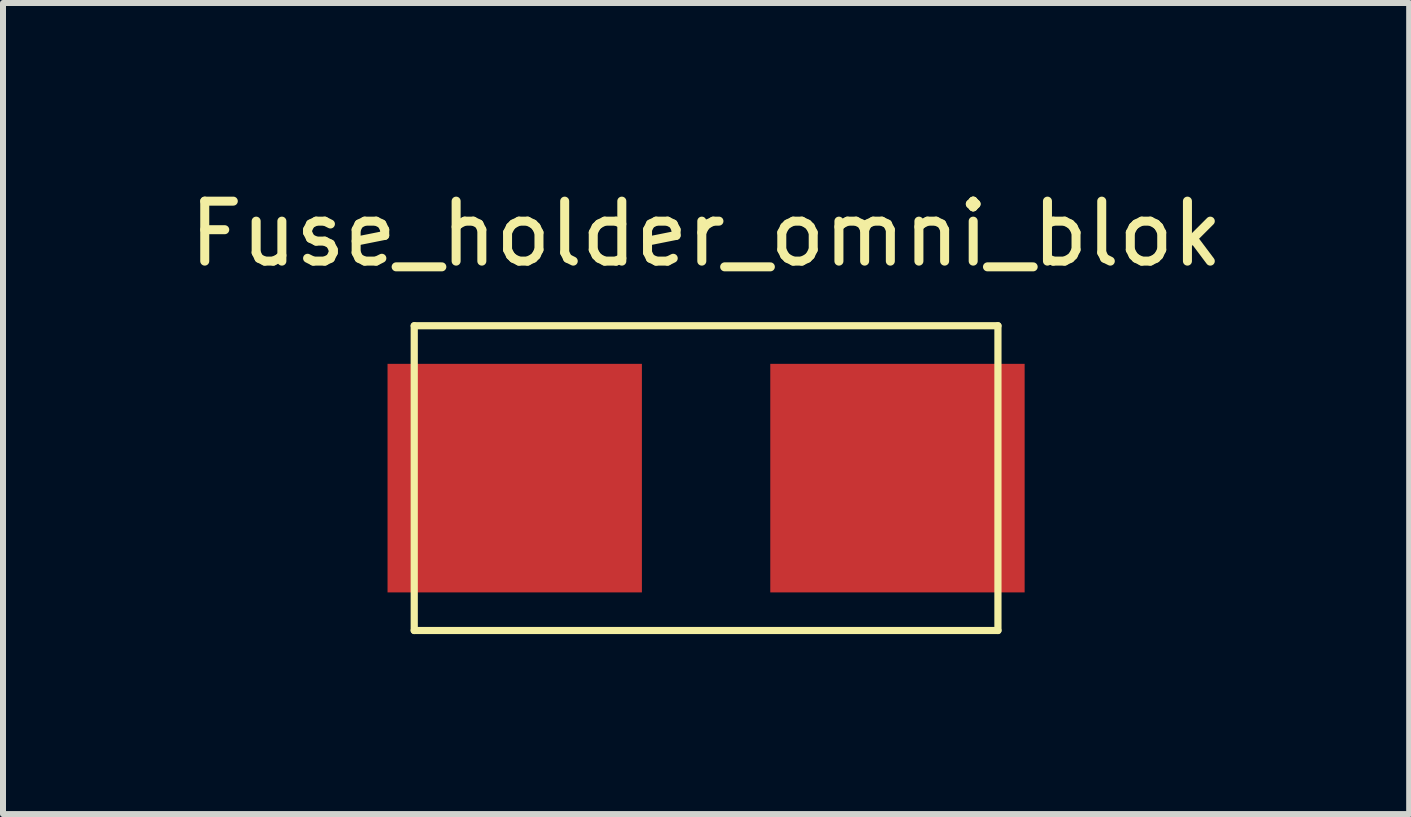
<source format=kicad_pcb>
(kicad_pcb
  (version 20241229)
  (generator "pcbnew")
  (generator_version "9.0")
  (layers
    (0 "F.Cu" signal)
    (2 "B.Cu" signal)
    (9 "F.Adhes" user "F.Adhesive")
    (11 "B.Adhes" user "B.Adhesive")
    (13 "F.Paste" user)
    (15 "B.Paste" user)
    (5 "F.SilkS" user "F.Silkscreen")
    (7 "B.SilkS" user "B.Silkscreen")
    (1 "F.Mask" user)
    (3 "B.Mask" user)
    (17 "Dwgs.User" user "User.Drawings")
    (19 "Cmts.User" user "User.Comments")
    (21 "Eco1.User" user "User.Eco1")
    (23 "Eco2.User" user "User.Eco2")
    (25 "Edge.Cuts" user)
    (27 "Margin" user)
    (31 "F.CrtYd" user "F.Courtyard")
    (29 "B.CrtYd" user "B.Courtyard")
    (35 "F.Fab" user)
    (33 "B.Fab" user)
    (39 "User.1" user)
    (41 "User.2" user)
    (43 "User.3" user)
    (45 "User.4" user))
  (footprint "Fuse_holder_omni_blok"
    (layer "F.Cu")
    (at 8.72 4.92)
    (property "Reference" "Fuse_holder_omni_blok" (at 0 -4.072 0) (layer "F.SilkS") (effects (font (size 1 1) (thickness 0.15))))
    (attr through_hole)
    (fp_line (start -4.865 -2.54) (end -4.865 2.54) (stroke (width 0.12) (type solid)) (layer "F.SilkS"))
    (fp_line (start -4.865 -2.54) (end 4.865 -2.54) (stroke (width 0.12) (type solid)) (layer "F.SilkS"))
    (fp_line (start 4.865 -2.54) (end 4.865 2.54) (stroke (width 0.12) (type solid)) (layer "F.SilkS"))
    (fp_line (start 4.865 2.54) (end -4.865 2.54) (stroke (width 0.12) (type solid)) (layer "F.SilkS"))
    (pad "1" smd rect (at -3.19 0) (size 4.24 3.81) (layers "F.Cu" "F.Mask" "F.Paste"))
    (pad "2" smd rect (at 3.19 0) (size 4.24 3.81) (layers "F.Cu" "F.Mask" "F.Paste")))
  (gr_rect
    (start -3 -3)
    (end 20.44 10.52)
    (stroke (width 0.1) (type default))
    (fill no)
    (layer "Edge.Cuts")))
</source>
